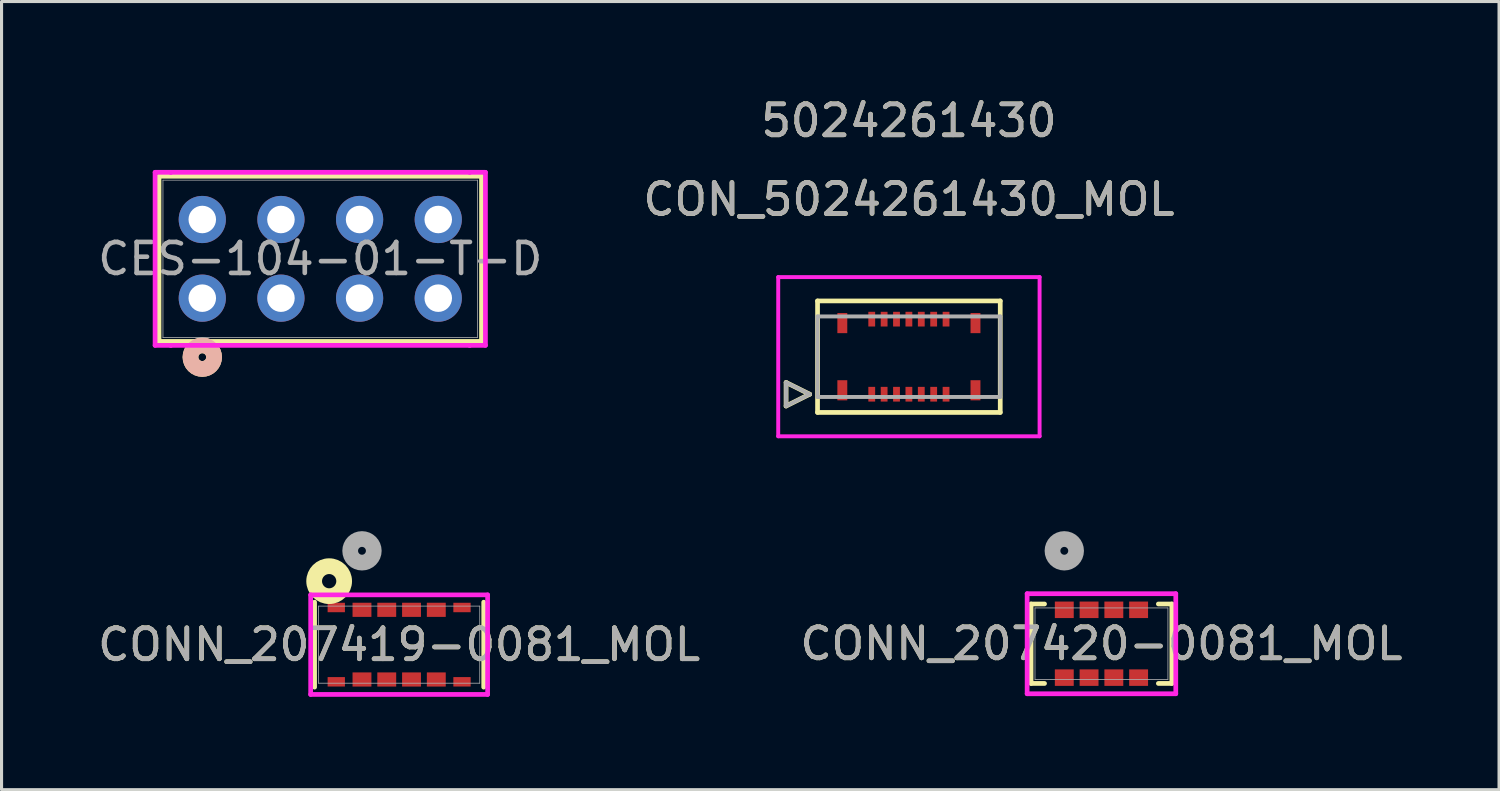
<source format=kicad_pcb>
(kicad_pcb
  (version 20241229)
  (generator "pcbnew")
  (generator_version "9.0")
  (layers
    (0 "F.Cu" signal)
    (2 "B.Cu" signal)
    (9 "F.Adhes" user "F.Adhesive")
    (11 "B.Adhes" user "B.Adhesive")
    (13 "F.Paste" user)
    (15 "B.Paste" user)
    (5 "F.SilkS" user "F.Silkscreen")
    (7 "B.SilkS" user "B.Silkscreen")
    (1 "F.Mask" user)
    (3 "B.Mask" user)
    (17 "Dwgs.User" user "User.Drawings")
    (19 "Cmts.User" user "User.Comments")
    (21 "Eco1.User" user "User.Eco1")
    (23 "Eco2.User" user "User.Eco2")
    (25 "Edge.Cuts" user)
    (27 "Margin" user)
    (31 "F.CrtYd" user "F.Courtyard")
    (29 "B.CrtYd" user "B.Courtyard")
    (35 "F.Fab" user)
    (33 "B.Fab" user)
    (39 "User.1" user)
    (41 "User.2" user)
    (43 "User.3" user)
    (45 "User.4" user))
  (footprint "CONN_207420-0081_MOL"
    (layer "F.Cu")
    (at 32.518 17.737)
    (property "Reference" "CONN_207420-0081_MOL" (at 0 0 0) (unlocked yes) (layer "F.SilkS") (effects (font (size 1 1) (thickness 0.15))))
    (attr smd)
    (fp_line (start -2.273 -1.283) (end -2.273 1.283) (stroke (width 0.152) (type solid)) (layer "F.SilkS"))
    (fp_line (start -2.273 1.283) (end -1.838 1.283) (stroke (width 0.152) (type solid)) (layer "F.SilkS"))
    (fp_line (start -1.838 -1.283) (end -2.273 -1.283) (stroke (width 0.152) (type solid)) (layer "F.SilkS"))
    (fp_line (start 1.838 1.283) (end 2.273 1.283) (stroke (width 0.152) (type solid)) (layer "F.SilkS"))
    (fp_line (start 2.273 -1.283) (end 1.838 -1.283) (stroke (width 0.152) (type solid)) (layer "F.SilkS"))
    (fp_line (start 2.273 1.283) (end 2.273 -1.283) (stroke (width 0.152) (type solid)) (layer "F.SilkS"))
    (fp_line (start -2.4 -1.616) (end -2.4 1.616) (stroke (width 0.152) (type solid)) (layer "F.CrtYd"))
    (fp_line (start -2.4 1.616) (end 2.4 1.616) (stroke (width 0.152) (type solid)) (layer "F.CrtYd"))
    (fp_line (start 2.4 -1.616) (end -2.4 -1.616) (stroke (width 0.152) (type solid)) (layer "F.CrtYd"))
    (fp_line (start 2.4 1.616) (end 2.4 -1.616) (stroke (width 0.152) (type solid)) (layer "F.CrtYd"))
    (fp_line (start -2.146 -1.156) (end -2.146 1.156) (stroke (width 0.025) (type solid)) (layer "F.Fab"))
    (fp_line (start -2.146 1.156) (end 2.146 1.156) (stroke (width 0.025) (type solid)) (layer "F.Fab"))
    (fp_line (start 2.146 -1.156) (end -2.146 -1.156) (stroke (width 0.025) (type solid)) (layer "F.Fab"))
    (fp_line (start 2.146 1.156) (end 2.146 -1.156) (stroke (width 0.025) (type solid)) (layer "F.Fab"))
    (fp_circle (center -1.2 -3) (end -0.819 -3) (stroke (width 0.508) (type solid)) (fill no) (layer "F.Fab"))
    (fp_text user "${REFERENCE}" (at 0 0 0) (unlocked yes) (layer "F.Fab") (effects (font (size 1 1) (thickness 0.15))))
    (pad "1" smd rect (at -1.2 -1.095) (size 0.61 0.533) (layers "F.Cu" "F.Mask" "F.Paste"))
    (pad "2" smd rect (at -0.4 -1.095) (size 0.61 0.533) (layers "F.Cu" "F.Mask" "F.Paste"))
    (pad "3" smd rect (at 0.4 -1.095) (size 0.61 0.533) (layers "F.Cu" "F.Mask" "F.Paste"))
    (pad "4" smd rect (at 1.2 -1.095) (size 0.61 0.533) (layers "F.Cu" "F.Mask" "F.Paste"))
    (pad "5" smd rect (at -1.2 1.095) (size 0.61 0.533) (layers "F.Cu" "F.Mask" "F.Paste"))
    (pad "6" smd rect (at -0.4 1.095) (size 0.61 0.533) (layers "F.Cu" "F.Mask" "F.Paste"))
    (pad "7" smd rect (at 0.4 1.095) (size 0.61 0.533) (layers "F.Cu" "F.Mask" "F.Paste"))
    (pad "8" smd rect (at 1.2 1.095) (size 0.61 0.533) (layers "F.Cu" "F.Mask" "F.Paste")))
  (footprint "CES-104-01-T-D"
    (layer "F.Cu")
    (at 7.292 5.308)
    (property "Reference" "CES-104-01-T-D" (at 0.02 -4.46 0) (unlocked yes) (layer "User.2") (effects (font (size 1 1) (thickness 0.15))))
    (attr through_hole)
    (fp_line (start -5.207 -2.667) (end -5.207 2.667) (stroke (width 0.152) (type solid)) (layer "F.SilkS"))
    (fp_line (start -5.207 2.667) (end 5.207 2.667) (stroke (width 0.152) (type solid)) (layer "F.SilkS"))
    (fp_line (start 5.207 -2.667) (end -5.207 -2.667) (stroke (width 0.152) (type solid)) (layer "F.SilkS"))
    (fp_line (start 5.207 2.667) (end 5.207 -2.667) (stroke (width 0.152) (type solid)) (layer "F.SilkS"))
    (fp_circle (center -3.81 3.175) (end -3.429 3.175) (stroke (width 0.508) (type solid)) (fill no) (layer "F.SilkS"))
    (fp_circle (center -3.81 3.175) (end -3.429 3.175) (stroke (width 0.508) (type solid)) (fill no) (layer "B.SilkS"))
    (fp_line (start -5.334 -2.794) (end -5.334 2.794) (stroke (width 0.152) (type solid)) (layer "F.CrtYd"))
    (fp_line (start -5.334 2.794) (end -4.826 2.794) (stroke (width 0.152) (type solid)) (layer "F.CrtYd"))
    (fp_line (start -4.826 -2.794) (end -5.334 -2.794) (stroke (width 0.152) (type solid)) (layer "F.CrtYd"))
    (fp_line (start -4.826 -2.794) (end -4.826 -2.794) (stroke (width 0.152) (type solid)) (layer "F.CrtYd"))
    (fp_line (start -4.826 2.794) (end -4.826 2.794) (stroke (width 0.152) (type solid)) (layer "F.CrtYd"))
    (fp_line (start -4.826 2.794) (end 4.826 2.794) (stroke (width 0.152) (type solid)) (layer "F.CrtYd"))
    (fp_line (start 4.826 -2.794) (end -4.826 -2.794) (stroke (width 0.152) (type solid)) (layer "F.CrtYd"))
    (fp_line (start 4.826 -2.794) (end 4.826 -2.794) (stroke (width 0.152) (type solid)) (layer "F.CrtYd"))
    (fp_line (start 4.826 2.794) (end 4.826 2.794) (stroke (width 0.152) (type solid)) (layer "F.CrtYd"))
    (fp_line (start 4.826 2.794) (end 5.334 2.794) (stroke (width 0.152) (type solid)) (layer "F.CrtYd"))
    (fp_line (start 5.334 -2.794) (end 4.826 -2.794) (stroke (width 0.152) (type solid)) (layer "F.CrtYd"))
    (fp_line (start 5.334 2.794) (end 5.334 -2.794) (stroke (width 0.152) (type solid)) (layer "F.CrtYd"))
    (fp_line (start -5.08 -2.54) (end -5.08 2.54) (stroke (width 0.025) (type solid)) (layer "F.Fab"))
    (fp_line (start -5.08 2.54) (end 5.08 2.54) (stroke (width 0.025) (type solid)) (layer "F.Fab"))
    (fp_line (start 5.08 -2.54) (end -5.08 -2.54) (stroke (width 0.025) (type solid)) (layer "F.Fab"))
    (fp_line (start 5.08 2.54) (end 5.08 -2.54) (stroke (width 0.025) (type solid)) (layer "F.Fab"))
    (fp_circle (center -3.81 1.27) (end -3.556 1.27) (stroke (width 0.025) (type solid)) (fill no) (layer "F.Fab"))
    (fp_text user "${REFERENCE}" (at 0 0 0) (unlocked yes) (layer "F.Fab") (effects (font (size 1 1) (thickness 0.15))))
    (pad "1" thru_hole circle (at -3.81 1.27 90) (size 1.524 1.524) (drill 0.889) (layers "*.Cu" "*.Mask"))
    (pad "2" thru_hole circle (at -3.81 -1.27 90) (size 1.524 1.524) (drill 0.889) (layers "*.Cu" "*.Mask"))
    (pad "3" thru_hole circle (at -1.27 1.27 90) (size 1.524 1.524) (drill 0.889) (layers "*.Cu" "*.Mask"))
    (pad "4" thru_hole circle (at -1.27 -1.27 90) (size 1.524 1.524) (drill 0.889) (layers "*.Cu" "*.Mask"))
    (pad "5" thru_hole circle (at 1.27 1.27 90) (size 1.524 1.524) (drill 0.889) (layers "*.Cu" "*.Mask"))
    (pad "6" thru_hole circle (at 1.27 -1.27 90) (size 1.524 1.524) (drill 0.889) (layers "*.Cu" "*.Mask"))
    (pad "7" thru_hole circle (at 3.81 1.27 90) (size 1.524 1.524) (drill 0.889) (layers "*.Cu" "*.Mask"))
    (pad "8" thru_hole circle (at 3.81 -1.27 90) (size 1.524 1.524) (drill 0.889) (layers "*.Cu" "*.Mask")))
  (footprint "CONN_207419-0081_MOL"
    (layer "F.Cu")
    (at 9.839 17.767)
    (property "Reference" "CONN_207419-0081_MOL" (at 0 0 0) (unlocked yes) (layer "F.SilkS") (effects (font (size 1 1) (thickness 0.15))))
    (attr smd)
    (fp_line (start -2.731 -1.372) (end -2.731 1.372) (stroke (width 0.152) (type solid)) (layer "F.SilkS"))
    (fp_line (start 2.731 1.372) (end 2.731 -1.372) (stroke (width 0.152) (type solid)) (layer "F.SilkS"))
    (fp_circle (center -2.26 -2.05) (end -2.03 -2.061) (stroke (width 0.508) (type solid)) (fill no) (layer "F.SilkS"))
    (fp_line (start -2.857 -1.608) (end -2.857 1.608) (stroke (width 0.152) (type solid)) (layer "F.CrtYd"))
    (fp_line (start -2.857 1.608) (end 2.857 1.608) (stroke (width 0.152) (type solid)) (layer "F.CrtYd"))
    (fp_line (start 2.857 -1.608) (end -2.857 -1.608) (stroke (width 0.152) (type solid)) (layer "F.CrtYd"))
    (fp_line (start 2.857 1.608) (end 2.857 -1.608) (stroke (width 0.152) (type solid)) (layer "F.CrtYd"))
    (fp_line (start -2.603 -1.245) (end -2.603 1.245) (stroke (width 0.025) (type solid)) (layer "F.Fab"))
    (fp_line (start -2.603 1.245) (end 2.603 1.245) (stroke (width 0.025) (type solid)) (layer "F.Fab"))
    (fp_line (start 2.603 -1.245) (end -2.603 -1.245) (stroke (width 0.025) (type solid)) (layer "F.Fab"))
    (fp_line (start 2.603 1.245) (end 2.603 -1.245) (stroke (width 0.025) (type solid)) (layer "F.Fab"))
    (fp_circle (center -1.2 -3.03) (end -0.819 -3.03) (stroke (width 0.508) (type solid)) (fill no) (layer "F.Fab"))
    (fp_text user "${REFERENCE}" (at 0 0 0) (unlocked yes) (layer "F.Fab") (effects (font (size 1 1) (thickness 0.15))))
    (pad "1" smd rect (at -1.2 -1.125) (size 0.61 0.457) (layers "F.Cu" "F.Mask" "F.Paste"))
    (pad "2" smd rect (at -1.2 1.125) (size 0.61 0.457) (layers "F.Cu" "F.Mask" "F.Paste"))
    (pad "3" smd rect (at -0.4 -1.125) (size 0.61 0.457) (layers "F.Cu" "F.Mask" "F.Paste"))
    (pad "4" smd rect (at -0.4 1.125) (size 0.61 0.457) (layers "F.Cu" "F.Mask" "F.Paste"))
    (pad "5" smd rect (at 0.4 -1.125) (size 0.61 0.457) (layers "F.Cu" "F.Mask" "F.Paste"))
    (pad "6" smd rect (at 0.4 1.125) (size 0.61 0.457) (layers "F.Cu" "F.Mask" "F.Paste"))
    (pad "7" smd rect (at 1.2 -1.125) (size 0.61 0.457) (layers "F.Cu" "F.Mask" "F.Paste"))
    (pad "8" smd rect (at 1.2 1.125) (size 0.61 0.457) (layers "F.Cu" "F.Mask" "F.Paste"))
    (pad "SH" smd rect (at -2.03 -1.2) (size 0.559 0.305) (layers "F.Cu" "F.Mask" "F.Paste"))
    (pad "SH" smd rect (at -2.03 1.2) (size 0.559 0.305) (layers "F.Cu" "F.Mask" "F.Paste"))
    (pad "SH" smd rect (at 2.03 -1.2) (size 0.559 0.305) (layers "F.Cu" "F.Mask" "F.Paste"))
    (pad "SH" smd rect (at 2.03 1.2) (size 0.559 0.305) (layers "F.Cu" "F.Mask" "F.Paste")))
  (footprint "CON_5024261430_MOL"
    (layer "F.Cu")
    (at 26.3 8.468)
    (property "Reference" "CON_5024261430_MOL" (at 0 -5.08 0) (unlocked yes) (layer "F.SilkS") (effects (font (size 1 1) (thickness 0.15))))
    (attr smd)
    (fp_line (start -3.966 0.832) (end -3.204 1.212) (stroke (width 0.152) (type solid)) (layer "F.SilkS"))
    (fp_line (start -3.966 1.593) (end -3.966 0.832) (stroke (width 0.152) (type solid)) (layer "F.SilkS"))
    (fp_line (start -3.204 1.212) (end -3.966 1.593) (stroke (width 0.152) (type solid)) (layer "F.SilkS"))
    (fp_line (start -2.95 -1.8) (end 2.95 -1.8) (stroke (width 0.152) (type solid)) (layer "F.SilkS"))
    (fp_line (start -2.95 1.8) (end -2.95 -1.8) (stroke (width 0.152) (type solid)) (layer "F.SilkS"))
    (fp_line (start -2.95 1.8) (end 2.95 1.8) (stroke (width 0.152) (type solid)) (layer "F.SilkS"))
    (fp_line (start 2.95 1.8) (end 2.95 -1.8) (stroke (width 0.152) (type solid)) (layer "F.SilkS"))
    (fp_line (start -4.22 -2.57) (end -4.22 2.57) (stroke (width 0.127) (type solid)) (layer "F.CrtYd"))
    (fp_line (start -4.22 2.57) (end 4.22 2.57) (stroke (width 0.127) (type solid)) (layer "F.CrtYd"))
    (fp_line (start 4.22 -2.57) (end -4.22 -2.57) (stroke (width 0.127) (type solid)) (layer "F.CrtYd"))
    (fp_line (start 4.22 2.57) (end 4.22 -2.57) (stroke (width 0.127) (type solid)) (layer "F.CrtYd"))
    (fp_line (start -3.966 0.832) (end -3.204 1.212) (stroke (width 0.127) (type solid)) (layer "F.Fab"))
    (fp_line (start -3.966 1.593) (end -3.966 0.832) (stroke (width 0.127) (type solid)) (layer "F.Fab"))
    (fp_line (start -3.204 1.212) (end -3.966 1.593) (stroke (width 0.127) (type solid)) (layer "F.Fab"))
    (fp_line (start -2.95 -1.3) (end 2.95 -1.3) (stroke (width 0.127) (type solid)) (layer "F.Fab"))
    (fp_line (start -2.95 1.3) (end -2.95 -1.3) (stroke (width 0.127) (type solid)) (layer "F.Fab"))
    (fp_line (start 2.95 -1.3) (end 2.95 1.3) (stroke (width 0.127) (type solid)) (layer "F.Fab"))
    (fp_line (start 2.95 1.3) (end -2.95 1.3) (stroke (width 0.127) (type solid)) (layer "F.Fab"))
    (fp_text user "5024261430" (at 0 -7.62 0) (unlocked yes) (layer "F.SilkS") (effects (font (size 1 1) (thickness 0.15))))
    (fp_text user "${REFERENCE}" (at 0 -5.08 0) (unlocked yes) (layer "F.Fab") (effects (font (size 1 1) (thickness 0.15))))
    (fp_text user "5024261430" (at 0 -7.62 0) (unlocked yes) (layer "F.Fab") (effects (font (size 1 1) (thickness 0.15))))
    (pad "1" smd rect (at -1.2 1.212) (size 0.22 0.475) (layers "F.Cu" "F.Mask" "F.Paste"))
    (pad "2" smd rect (at -0.8 1.212) (size 0.22 0.475) (layers "F.Cu" "F.Mask" "F.Paste"))
    (pad "3" smd rect (at -0.4 1.212) (size 0.22 0.475) (layers "F.Cu" "F.Mask" "F.Paste"))
    (pad "4" smd rect (at 0 1.212) (size 0.22 0.475) (layers "F.Cu" "F.Mask" "F.Paste"))
    (pad "5" smd rect (at 0.4 1.212) (size 0.22 0.475) (layers "F.Cu" "F.Mask" "F.Paste"))
    (pad "6" smd rect (at 0.8 1.212) (size 0.22 0.475) (layers "F.Cu" "F.Mask" "F.Paste"))
    (pad "7" smd rect (at 1.2 1.212) (size 0.22 0.475) (layers "F.Cu" "F.Mask" "F.Paste"))
    (pad "8" smd rect (at -1.2 -1.212) (size 0.22 0.475) (layers "F.Cu" "F.Mask" "F.Paste"))
    (pad "9" smd rect (at -0.8 -1.212) (size 0.22 0.475) (layers "F.Cu" "F.Mask" "F.Paste"))
    (pad "10" smd rect (at -0.4 -1.212) (size 0.22 0.475) (layers "F.Cu" "F.Mask" "F.Paste"))
    (pad "11" smd rect (at 0 -1.212) (size 0.22 0.475) (layers "F.Cu" "F.Mask" "F.Paste"))
    (pad "12" smd rect (at 0.4 -1.212) (size 0.22 0.475) (layers "F.Cu" "F.Mask" "F.Paste"))
    (pad "13" smd rect (at 0.8 -1.212) (size 0.22 0.475) (layers "F.Cu" "F.Mask" "F.Paste"))
    (pad "14" smd rect (at 1.2 -1.212) (size 0.22 0.475) (layers "F.Cu" "F.Mask" "F.Paste"))
    (pad "P1" smd rect (at -2.15 -1.085) (size 0.32 0.65) (layers "F.Cu" "F.Mask" "F.Paste"))
    (pad "P2" smd rect (at 2.15 -1.085) (size 0.32 0.65) (layers "F.Cu" "F.Mask" "F.Paste"))
    (pad "P3" smd rect (at -2.15 1.085) (size 0.32 0.65) (layers "F.Cu" "F.Mask" "F.Paste"))
    (pad "P4" smd rect (at 2.15 1.085) (size 0.32 0.65) (layers "F.Cu" "F.Mask" "F.Paste")))
  (gr_rect
    (start -3 -3)
    (end 45.357 22.451)
    (stroke (width 0.1) (type default))
    (fill no)
    (layer "Edge.Cuts")))
</source>
